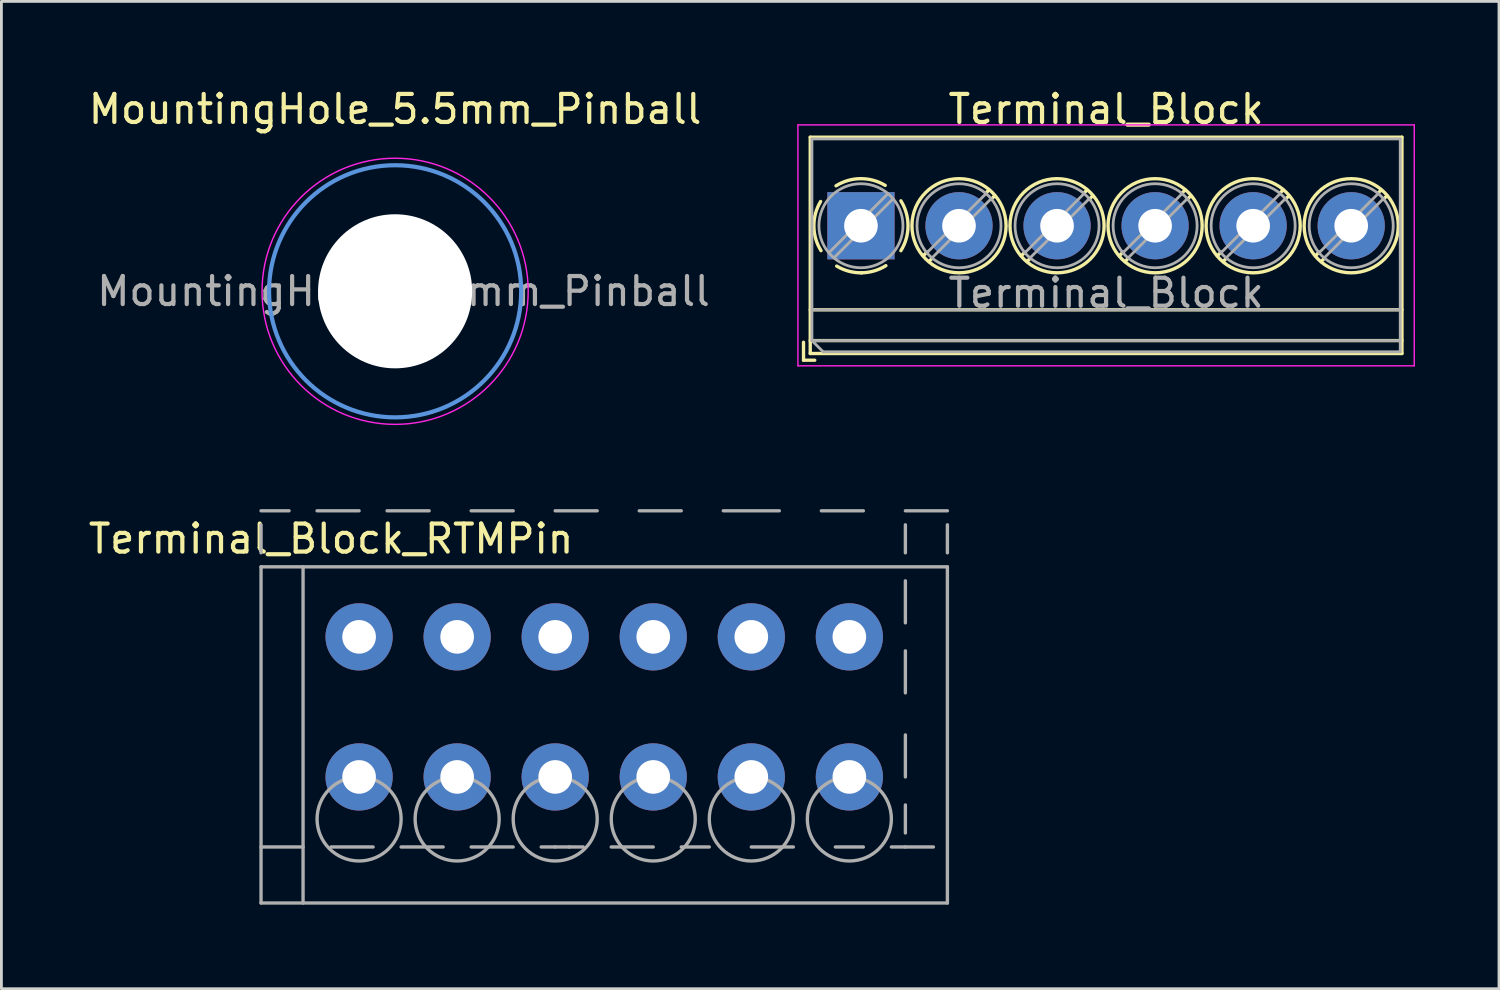
<source format=kicad_pcb>
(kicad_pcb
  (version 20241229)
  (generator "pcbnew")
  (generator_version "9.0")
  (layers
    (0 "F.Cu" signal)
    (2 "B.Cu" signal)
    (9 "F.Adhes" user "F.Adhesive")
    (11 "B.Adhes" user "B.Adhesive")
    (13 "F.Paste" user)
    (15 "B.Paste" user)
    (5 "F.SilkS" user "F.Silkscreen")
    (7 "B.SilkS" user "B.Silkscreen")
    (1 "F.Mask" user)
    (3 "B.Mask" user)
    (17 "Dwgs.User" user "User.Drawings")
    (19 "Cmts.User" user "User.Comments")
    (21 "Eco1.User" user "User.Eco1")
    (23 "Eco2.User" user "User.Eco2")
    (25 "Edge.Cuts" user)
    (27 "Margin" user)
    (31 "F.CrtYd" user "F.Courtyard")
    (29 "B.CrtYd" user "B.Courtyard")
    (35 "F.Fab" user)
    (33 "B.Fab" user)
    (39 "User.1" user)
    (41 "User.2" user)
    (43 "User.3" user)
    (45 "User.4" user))
  (footprint "Terminal_Block_RTMPin"
    (layer "F.Cu")
    (at 9.768 24.683)
    (property "Reference" "Terminal_Block_RTMPin" (at -1 -8.5 0) (layer "F.SilkS") (effects (font (size 1 1) (thickness 0.15))))
    (attr through_hole)
    (fp_line (start -3.5 -9.5) (end -2.5 -9.5) (stroke (width 0.12) (type solid)) (layer "F.Fab"))
    (fp_line (start -3.5 -9) (end -3.5 -8) (stroke (width 0.12) (type solid)) (layer "F.Fab"))
    (fp_line (start -3.5 -7.5) (end -3.5 4.5) (stroke (width 0.12) (type solid)) (layer "F.Fab"))
    (fp_line (start -3.5 2.5) (end -2 2.5) (stroke (width 0.12) (type solid)) (layer "F.Fab"))
    (fp_line (start -3.5 4.5) (end 21 4.5) (stroke (width 0.12) (type solid)) (layer "F.Fab"))
    (fp_line (start -2 -7.5) (end -2 4.5) (stroke (width 0.12) (type solid)) (layer "F.Fab"))
    (fp_line (start -1.5 -9.5) (end 0 -9.5) (stroke (width 0.12) (type solid)) (layer "F.Fab"))
    (fp_line (start -1 2.5) (end 0.5 2.5) (stroke (width 0.12) (type solid)) (layer "F.Fab"))
    (fp_line (start 1 -9.5) (end 2.5 -9.5) (stroke (width 0.12) (type solid)) (layer "F.Fab"))
    (fp_line (start 1.5 2.5) (end 3 2.5) (stroke (width 0.12) (type solid)) (layer "F.Fab"))
    (fp_line (start 4 -9.5) (end 5.5 -9.5) (stroke (width 0.12) (type solid)) (layer "F.Fab"))
    (fp_line (start 4 2.5) (end 5.5 2.5) (stroke (width 0.12) (type solid)) (layer "F.Fab"))
    (fp_line (start 7 -9.5) (end 8.5 -9.5) (stroke (width 0.12) (type solid)) (layer "F.Fab"))
    (fp_line (start 7 2.5) (end 6.5 2.5) (stroke (width 0.12) (type solid)) (layer "F.Fab"))
    (fp_line (start 7 2.5) (end 7.5 2.5) (stroke (width 0.12) (type solid)) (layer "F.Fab"))
    (fp_line (start 7.5 2.5) (end 8 2.5) (stroke (width 0.12) (type solid)) (layer "F.Fab"))
    (fp_line (start 9 2.5) (end 10.5 2.5) (stroke (width 0.12) (type solid)) (layer "F.Fab"))
    (fp_line (start 10 -9.5) (end 11.5 -9.5) (stroke (width 0.12) (type solid)) (layer "F.Fab"))
    (fp_line (start 11.5 2.5) (end 12.5 2.5) (stroke (width 0.12) (type solid)) (layer "F.Fab"))
    (fp_line (start 13 -9.5) (end 15 -9.5) (stroke (width 0.12) (type solid)) (layer "F.Fab"))
    (fp_line (start 14 2.5) (end 15.5 2.5) (stroke (width 0.12) (type solid)) (layer "F.Fab"))
    (fp_line (start 16.5 -9.5) (end 18 -9.5) (stroke (width 0.12) (type solid)) (layer "F.Fab"))
    (fp_line (start 17 2.5) (end 18 2.5) (stroke (width 0.12) (type solid)) (layer "F.Fab"))
    (fp_line (start 19 2.5) (end 19.5 2.5) (stroke (width 0.12) (type solid)) (layer "F.Fab"))
    (fp_line (start 19.5 -9.5) (end 21 -9.5) (stroke (width 0.12) (type solid)) (layer "F.Fab"))
    (fp_line (start 19.5 -9) (end 19.5 -8) (stroke (width 0.12) (type solid)) (layer "F.Fab"))
    (fp_line (start 19.5 -7) (end 19.5 -5.5) (stroke (width 0.12) (type solid)) (layer "F.Fab"))
    (fp_line (start 19.5 -4.5) (end 19.5 -3) (stroke (width 0.12) (type solid)) (layer "F.Fab"))
    (fp_line (start 19.5 -1.5) (end 19.5 0) (stroke (width 0.12) (type solid)) (layer "F.Fab"))
    (fp_line (start 19.5 1) (end 19.5 2) (stroke (width 0.12) (type solid)) (layer "F.Fab"))
    (fp_line (start 19.5 2.5) (end 20.5 2.5) (stroke (width 0.12) (type solid)) (layer "F.Fab"))
    (fp_line (start 21 -9) (end 21 -8) (stroke (width 0.12) (type solid)) (layer "F.Fab"))
    (fp_line (start 21 -7.5) (end -3.5 -7.5) (stroke (width 0.12) (type solid)) (layer "F.Fab"))
    (fp_line (start 21 4.5) (end 21 -7.5) (stroke (width 0.12) (type solid)) (layer "F.Fab"))
    (fp_circle (center 0 1.5) (end 1.5 1.5) (stroke (width 0.12) (type solid)) (fill no) (layer "F.Fab"))
    (fp_circle (center 3.5 1.5) (end 5 1.5) (stroke (width 0.12) (type solid)) (fill no) (layer "F.Fab"))
    (fp_circle (center 7 1.5) (end 8.5 1.5) (stroke (width 0.12) (type solid)) (fill no) (layer "F.Fab"))
    (fp_circle (center 10.5 1.5) (end 12 1.5) (stroke (width 0.12) (type solid)) (fill no) (layer "F.Fab"))
    (fp_circle (center 14 1.5) (end 15.5 1.5) (stroke (width 0.12) (type solid)) (fill no) (layer "F.Fab"))
    (fp_circle (center 17.5 1.5) (end 19 1.5) (stroke (width 0.12) (type solid)) (fill no) (layer "F.Fab"))
    (pad "1" thru_hole circle (at 0 -5) (size 2.4 2.4) (drill 1.2) (layers "*.Cu" "*.Mask"))
    (pad "1" thru_hole circle (at 0 0) (size 2.4 2.4) (drill 1.2) (layers "*.Cu" "*.Mask"))
    (pad "2" thru_hole circle (at 3.5 -5) (size 2.4 2.4) (drill 1.2) (layers "*.Cu" "*.Mask"))
    (pad "2" thru_hole circle (at 3.5 0) (size 2.4 2.4) (drill 1.2) (layers "*.Cu" "*.Mask"))
    (pad "3" thru_hole circle (at 7 -5) (size 2.4 2.4) (drill 1.2) (layers "*.Cu" "*.Mask"))
    (pad "3" thru_hole circle (at 7 0) (size 2.4 2.4) (drill 1.2) (layers "*.Cu" "*.Mask"))
    (pad "4" thru_hole circle (at 10.5 -5) (size 2.4 2.4) (drill 1.2) (layers "*.Cu" "*.Mask"))
    (pad "4" thru_hole circle (at 10.5 0) (size 2.4 2.4) (drill 1.2) (layers "*.Cu" "*.Mask"))
    (pad "5" thru_hole circle (at 14 -5) (size 2.4 2.4) (drill 1.2) (layers "*.Cu" "*.Mask"))
    (pad "5" thru_hole circle (at 14 0) (size 2.4 2.4) (drill 1.2) (layers "*.Cu" "*.Mask"))
    (pad "6" thru_hole circle (at 17.5 -5) (size 2.4 2.4) (drill 1.2) (layers "*.Cu" "*.Mask"))
    (pad "6" thru_hole circle (at 17.5 0) (size 2.4 2.4) (drill 1.2) (layers "*.Cu" "*.Mask")))
  (footprint "Terminal_Block"
    (layer "F.Cu")
    (at 27.682 5.008)
    (property "Reference" "Terminal_Block" (at 8.75 -4.16 0) (layer "F.SilkS") (effects (font (size 1 1) (thickness 0.15))))
    (attr through_hole)
    (fp_line (start -2.05 4.16) (end -2.05 4.8) (stroke (width 0.12) (type solid)) (layer "F.SilkS"))
    (fp_line (start -2.05 4.8) (end -1.65 4.8) (stroke (width 0.12) (type solid)) (layer "F.SilkS"))
    (fp_line (start -1.81 -3.16) (end -1.81 4.56) (stroke (width 0.12) (type solid)) (layer "F.SilkS"))
    (fp_line (start -1.81 -3.16) (end 19.311 -3.16) (stroke (width 0.12) (type solid)) (layer "F.SilkS"))
    (fp_line (start -1.81 3) (end 19.311 3) (stroke (width 0.12) (type solid)) (layer "F.SilkS"))
    (fp_line (start -1.81 4.1) (end 19.311 4.1) (stroke (width 0.12) (type solid)) (layer "F.SilkS"))
    (fp_line (start -1.81 4.56) (end 19.311 4.56) (stroke (width 0.12) (type solid)) (layer "F.SilkS"))
    (fp_line (start 2.355 0.941) (end 2.226 1.069) (stroke (width 0.12) (type solid)) (layer "F.SilkS"))
    (fp_line (start 2.525 1.181) (end 2.431 1.274) (stroke (width 0.12) (type solid)) (layer "F.SilkS"))
    (fp_line (start 4.57 -1.275) (end 4.476 -1.181) (stroke (width 0.12) (type solid)) (layer "F.SilkS"))
    (fp_line (start 4.775 -1.069) (end 4.646 -0.941) (stroke (width 0.12) (type solid)) (layer "F.SilkS"))
    (fp_line (start 5.855 0.941) (end 5.726 1.069) (stroke (width 0.12) (type solid)) (layer "F.SilkS"))
    (fp_line (start 6.025 1.181) (end 5.931 1.274) (stroke (width 0.12) (type solid)) (layer "F.SilkS"))
    (fp_line (start 8.07 -1.275) (end 7.976 -1.181) (stroke (width 0.12) (type solid)) (layer "F.SilkS"))
    (fp_line (start 8.275 -1.069) (end 8.146 -0.941) (stroke (width 0.12) (type solid)) (layer "F.SilkS"))
    (fp_line (start 9.355 0.941) (end 9.226 1.069) (stroke (width 0.12) (type solid)) (layer "F.SilkS"))
    (fp_line (start 9.525 1.181) (end 9.431 1.274) (stroke (width 0.12) (type solid)) (layer "F.SilkS"))
    (fp_line (start 11.57 -1.275) (end 11.476 -1.181) (stroke (width 0.12) (type solid)) (layer "F.SilkS"))
    (fp_line (start 11.775 -1.069) (end 11.646 -0.941) (stroke (width 0.12) (type solid)) (layer "F.SilkS"))
    (fp_line (start 12.855 0.941) (end 12.726 1.069) (stroke (width 0.12) (type solid)) (layer "F.SilkS"))
    (fp_line (start 13.025 1.181) (end 12.931 1.274) (stroke (width 0.12) (type solid)) (layer "F.SilkS"))
    (fp_line (start 15.07 -1.275) (end 14.976 -1.181) (stroke (width 0.12) (type solid)) (layer "F.SilkS"))
    (fp_line (start 15.275 -1.069) (end 15.146 -0.941) (stroke (width 0.12) (type solid)) (layer "F.SilkS"))
    (fp_line (start 16.355 0.941) (end 16.226 1.069) (stroke (width 0.12) (type solid)) (layer "F.SilkS"))
    (fp_line (start 16.525 1.181) (end 16.431 1.274) (stroke (width 0.12) (type solid)) (layer "F.SilkS"))
    (fp_line (start 18.57 -1.275) (end 18.476 -1.181) (stroke (width 0.12) (type solid)) (layer "F.SilkS"))
    (fp_line (start 18.775 -1.069) (end 18.646 -0.941) (stroke (width 0.12) (type solid)) (layer "F.SilkS"))
    (fp_line (start 19.311 -3.16) (end 19.311 4.56) (stroke (width 0.12) (type solid)) (layer "F.SilkS"))
    (fp_arc (start -1.425358 0.889894) (mid -1.680286 0.014012) (end -1.44 -0.866) (stroke (width 0.12) (type solid)) (layer "F.SilkS"))
    (fp_arc (start -0.889894 -1.425358) (mid -0.014012 -1.680286) (end 0.866 -1.44) (stroke (width 0.12) (type solid)) (layer "F.SilkS"))
    (fp_arc (start 0.028674 1.680099) (mid -0.435535 1.622918) (end -0.866 1.44) (stroke (width 0.12) (type solid)) (layer "F.SilkS"))
    (fp_arc (start 0.890264 1.424721) (mid 0.463071 1.61492) (end 0 1.68) (stroke (width 0.12) (type solid)) (layer "F.SilkS"))
    (fp_arc (start 1.425504 -0.890193) (mid 1.680626 0.000476) (end 1.425 0.891) (stroke (width 0.12) (type solid)) (layer "F.SilkS"))
    (fp_circle (center 3.5 0) (end 5.18 0) (stroke (width 0.12) (type solid)) (fill no) (layer "F.SilkS"))
    (fp_circle (center 7 0) (end 8.68 0) (stroke (width 0.12) (type solid)) (fill no) (layer "F.SilkS"))
    (fp_circle (center 10.5 0) (end 12.18 0) (stroke (width 0.12) (type solid)) (fill no) (layer "F.SilkS"))
    (fp_circle (center 14 0) (end 15.68 0) (stroke (width 0.12) (type solid)) (fill no) (layer "F.SilkS"))
    (fp_circle (center 17.5 0) (end 19.18 0) (stroke (width 0.12) (type solid)) (fill no) (layer "F.SilkS"))
    (fp_line (start -2.25 -3.6) (end -2.25 5) (stroke (width 0.05) (type solid)) (layer "F.CrtYd"))
    (fp_line (start -2.25 5) (end 19.75 5) (stroke (width 0.05) (type solid)) (layer "F.CrtYd"))
    (fp_line (start 19.75 -3.6) (end -2.25 -3.6) (stroke (width 0.05) (type solid)) (layer "F.CrtYd"))
    (fp_line (start 19.75 5) (end 19.75 -3.6) (stroke (width 0.05) (type solid)) (layer "F.CrtYd"))
    (fp_line (start -1.75 -3.1) (end 19.25 -3.1) (stroke (width 0.1) (type solid)) (layer "F.Fab"))
    (fp_line (start -1.75 3) (end 19.25 3) (stroke (width 0.1) (type solid)) (layer "F.Fab"))
    (fp_line (start -1.75 4.1) (end -1.75 -3.1) (stroke (width 0.1) (type solid)) (layer "F.Fab"))
    (fp_line (start -1.75 4.1) (end 19.25 4.1) (stroke (width 0.1) (type solid)) (layer "F.Fab"))
    (fp_line (start -1.35 4.5) (end -1.75 4.1) (stroke (width 0.1) (type solid)) (layer "F.Fab"))
    (fp_line (start 0.955 -1.138) (end -1.138 0.955) (stroke (width 0.1) (type solid)) (layer "F.Fab"))
    (fp_line (start 1.138 -0.955) (end -0.955 1.138) (stroke (width 0.1) (type solid)) (layer "F.Fab"))
    (fp_line (start 4.455 -1.138) (end 2.363 0.955) (stroke (width 0.1) (type solid)) (layer "F.Fab"))
    (fp_line (start 4.638 -0.955) (end 2.546 1.138) (stroke (width 0.1) (type solid)) (layer "F.Fab"))
    (fp_line (start 7.955 -1.138) (end 5.863 0.955) (stroke (width 0.1) (type solid)) (layer "F.Fab"))
    (fp_line (start 8.138 -0.955) (end 6.046 1.138) (stroke (width 0.1) (type solid)) (layer "F.Fab"))
    (fp_line (start 11.455 -1.138) (end 9.363 0.955) (stroke (width 0.1) (type solid)) (layer "F.Fab"))
    (fp_line (start 11.638 -0.955) (end 9.546 1.138) (stroke (width 0.1) (type solid)) (layer "F.Fab"))
    (fp_line (start 14.955 -1.138) (end 12.863 0.955) (stroke (width 0.1) (type solid)) (layer "F.Fab"))
    (fp_line (start 15.138 -0.955) (end 13.046 1.138) (stroke (width 0.1) (type solid)) (layer "F.Fab"))
    (fp_line (start 18.455 -1.138) (end 16.363 0.955) (stroke (width 0.1) (type solid)) (layer "F.Fab"))
    (fp_line (start 18.638 -0.955) (end 16.546 1.138) (stroke (width 0.1) (type solid)) (layer "F.Fab"))
    (fp_line (start 19.25 -3.1) (end 19.25 4.5) (stroke (width 0.1) (type solid)) (layer "F.Fab"))
    (fp_line (start 19.25 4.5) (end -1.35 4.5) (stroke (width 0.1) (type solid)) (layer "F.Fab"))
    (fp_circle (center 0 0) (end 1.5 0) (stroke (width 0.1) (type solid)) (fill no) (layer "F.Fab"))
    (fp_circle (center 3.5 0) (end 5 0) (stroke (width 0.1) (type solid)) (fill no) (layer "F.Fab"))
    (fp_circle (center 7 0) (end 8.5 0) (stroke (width 0.1) (type solid)) (fill no) (layer "F.Fab"))
    (fp_circle (center 10.5 0) (end 12 0) (stroke (width 0.1) (type solid)) (fill no) (layer "F.Fab"))
    (fp_circle (center 14 0) (end 15.5 0) (stroke (width 0.1) (type solid)) (fill no) (layer "F.Fab"))
    (fp_circle (center 17.5 0) (end 19 0) (stroke (width 0.1) (type solid)) (fill no) (layer "F.Fab"))
    (fp_text user "${REFERENCE}" (at 8.75 2.4 0) (layer "F.Fab") (effects (font (size 1 1) (thickness 0.15))))
    (pad "1" thru_hole rect (at 0 0) (size 2.4 2.4) (drill 1.2) (layers "*.Cu" "*.Mask"))
    (pad "2" thru_hole circle (at 3.5 0) (size 2.4 2.4) (drill 1.2) (layers "*.Cu" "*.Mask"))
    (pad "3" thru_hole circle (at 7 0) (size 2.4 2.4) (drill 1.2) (layers "*.Cu" "*.Mask"))
    (pad "4" thru_hole circle (at 10.5 0) (size 2.4 2.4) (drill 1.2) (layers "*.Cu" "*.Mask"))
    (pad "5" thru_hole circle (at 14 0) (size 2.4 2.4) (drill 1.2) (layers "*.Cu" "*.Mask"))
    (pad "6" thru_hole circle (at 17.5 0) (size 2.4 2.4) (drill 1.2) (layers "*.Cu" "*.Mask")))
  (footprint "MountingHole_5.5mm_Pinball"
    (layer "F.Cu")
    (at 11.054 7.348)
    (property "Reference" "MountingHole_5.5mm_Pinball" (at 0 -6.5 0) (layer "F.SilkS") (effects (font (size 1 1) (thickness 0.15))))
    (attr exclude_from_pos_files exclude_from_bom)
    (fp_circle (center 0 0) (end 4.5 0) (stroke (width 0.15) (type solid)) (fill no) (layer "Cmts.User"))
    (fp_circle (center 0 0) (end 4.75 0) (stroke (width 0.05) (type solid)) (fill no) (layer "F.CrtYd"))
    (fp_text user "${REFERENCE}" (at 0.3 0 0) (layer "F.Fab") (effects (font (size 1 1) (thickness 0.15))))
    (pad "" np_thru_hole circle (at 0 0) (size 5.5 5.5) (drill 5.5) (layers "*.Cu" "*.Mask")))
  (gr_rect
    (start -3 -3)
    (end 50.457 32.243)
    (stroke (width 0.1) (type default))
    (fill no)
    (layer "Edge.Cuts")))
</source>
